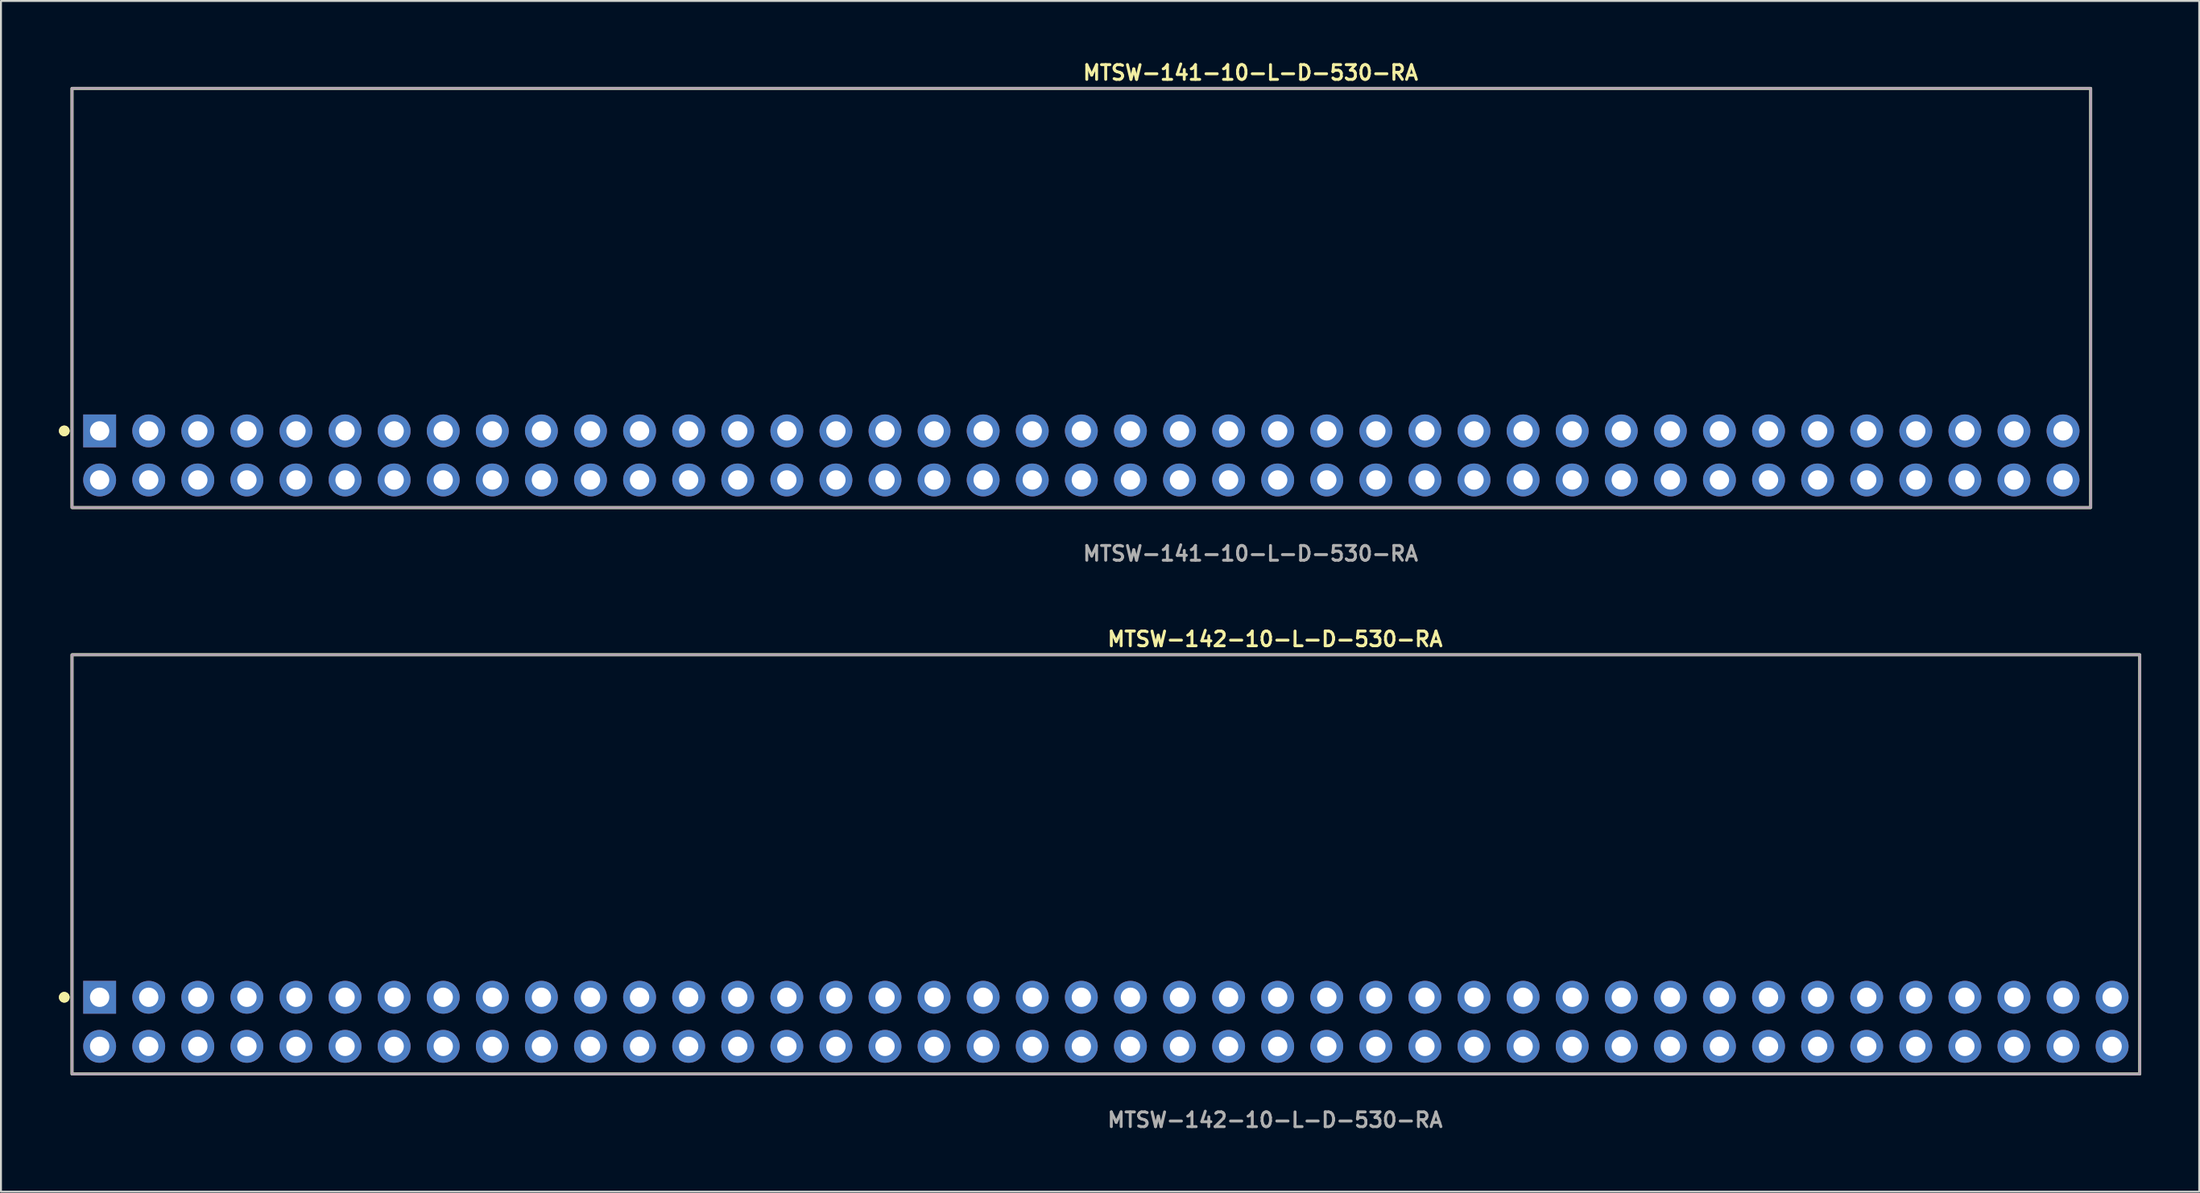
<source format=kicad_pcb>
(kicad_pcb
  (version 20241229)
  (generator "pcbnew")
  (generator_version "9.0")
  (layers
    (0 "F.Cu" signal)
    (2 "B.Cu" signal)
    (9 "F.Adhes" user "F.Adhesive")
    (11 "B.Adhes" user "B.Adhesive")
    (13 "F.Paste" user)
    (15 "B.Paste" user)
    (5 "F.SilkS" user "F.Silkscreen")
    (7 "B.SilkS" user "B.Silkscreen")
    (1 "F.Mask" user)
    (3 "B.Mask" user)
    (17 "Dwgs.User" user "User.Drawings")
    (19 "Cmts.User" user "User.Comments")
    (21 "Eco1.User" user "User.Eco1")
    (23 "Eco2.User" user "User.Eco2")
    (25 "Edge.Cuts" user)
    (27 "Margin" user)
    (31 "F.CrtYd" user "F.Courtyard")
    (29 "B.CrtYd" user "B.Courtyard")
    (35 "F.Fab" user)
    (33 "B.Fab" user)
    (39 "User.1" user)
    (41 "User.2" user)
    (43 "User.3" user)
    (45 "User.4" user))
  (footprint "MTSW-141-10-L-D-530-RA"
    (layer "F.Cu")
    (at 52.906 20.525)
    (property "Reference" "MTSW-141-10-L-D-530-RA" (at 0 -19.812 0) (unlocked yes) (layer "F.SilkS") (effects (font (size 0.762 0.762) (thickness 0.152)) (justify left)))
    (fp_rect (start -52.23 2.7) (end 52.23 -19) (stroke (width 0.152) (type solid)) (fill no) (layer "F.SilkS"))
    (fp_circle (center -52.63 -1.27) (end -52.83 -1.27) (stroke (width 0.152) (type solid)) (fill yes) (layer "F.SilkS"))
    (fp_circle (center -52.63 -1.27) (end -52.83 -1.27) (stroke (width 0.152) (type solid)) (fill yes) (layer "F.SilkS"))
    (fp_rect (start -52.23 2.7) (end 52.23 -19) (stroke (width 0.006) (type solid)) (fill no) (layer "F.CrtYd"))
    (fp_rect (start -52.23 2.7) (end 52.23 -19) (stroke (width 0.152) (type solid)) (fill no) (layer "F.Fab"))
    (fp_text user "${REFERENCE}" (at 0 5.08 0) (unlocked yes) (layer "F.Fab") (effects (font (size 0.762 0.762) (thickness 0.152)) (justify left)))
    (pad "1" thru_hole rect (at -50.8 -1.27) (size 1.7 1.7) (drill 1) (layers "*.Cu" "*.Mask"))
    (pad "2" thru_hole circle (at -50.8 1.27) (size 1.7 1.7) (drill 1) (layers "*.Cu" "*.Mask"))
    (pad "3" thru_hole circle (at -48.26 -1.27) (size 1.7 1.7) (drill 1) (layers "*.Cu" "*.Mask"))
    (pad "4" thru_hole circle (at -48.26 1.27) (size 1.7 1.7) (drill 1) (layers "*.Cu" "*.Mask"))
    (pad "5" thru_hole circle (at -45.72 -1.27) (size 1.7 1.7) (drill 1) (layers "*.Cu" "*.Mask"))
    (pad "6" thru_hole circle (at -45.72 1.27) (size 1.7 1.7) (drill 1) (layers "*.Cu" "*.Mask"))
    (pad "7" thru_hole circle (at -43.18 -1.27) (size 1.7 1.7) (drill 1) (layers "*.Cu" "*.Mask"))
    (pad "8" thru_hole circle (at -43.18 1.27) (size 1.7 1.7) (drill 1) (layers "*.Cu" "*.Mask"))
    (pad "9" thru_hole circle (at -40.64 -1.27) (size 1.7 1.7) (drill 1) (layers "*.Cu" "*.Mask"))
    (pad "10" thru_hole circle (at -40.64 1.27) (size 1.7 1.7) (drill 1) (layers "*.Cu" "*.Mask"))
    (pad "11" thru_hole circle (at -38.1 -1.27) (size 1.7 1.7) (drill 1) (layers "*.Cu" "*.Mask"))
    (pad "12" thru_hole circle (at -38.1 1.27) (size 1.7 1.7) (drill 1) (layers "*.Cu" "*.Mask"))
    (pad "13" thru_hole circle (at -35.56 -1.27) (size 1.7 1.7) (drill 1) (layers "*.Cu" "*.Mask"))
    (pad "14" thru_hole circle (at -35.56 1.27) (size 1.7 1.7) (drill 1) (layers "*.Cu" "*.Mask"))
    (pad "15" thru_hole circle (at -33.02 -1.27) (size 1.7 1.7) (drill 1) (layers "*.Cu" "*.Mask"))
    (pad "16" thru_hole circle (at -33.02 1.27) (size 1.7 1.7) (drill 1) (layers "*.Cu" "*.Mask"))
    (pad "17" thru_hole circle (at -30.48 -1.27) (size 1.7 1.7) (drill 1) (layers "*.Cu" "*.Mask"))
    (pad "18" thru_hole circle (at -30.48 1.27) (size 1.7 1.7) (drill 1) (layers "*.Cu" "*.Mask"))
    (pad "19" thru_hole circle (at -27.94 -1.27) (size 1.7 1.7) (drill 1) (layers "*.Cu" "*.Mask"))
    (pad "20" thru_hole circle (at -27.94 1.27) (size 1.7 1.7) (drill 1) (layers "*.Cu" "*.Mask"))
    (pad "21" thru_hole circle (at -25.4 -1.27) (size 1.7 1.7) (drill 1) (layers "*.Cu" "*.Mask"))
    (pad "22" thru_hole circle (at -25.4 1.27) (size 1.7 1.7) (drill 1) (layers "*.Cu" "*.Mask"))
    (pad "23" thru_hole circle (at -22.86 -1.27) (size 1.7 1.7) (drill 1) (layers "*.Cu" "*.Mask"))
    (pad "24" thru_hole circle (at -22.86 1.27) (size 1.7 1.7) (drill 1) (layers "*.Cu" "*.Mask"))
    (pad "25" thru_hole circle (at -20.32 -1.27) (size 1.7 1.7) (drill 1) (layers "*.Cu" "*.Mask"))
    (pad "26" thru_hole circle (at -20.32 1.27) (size 1.7 1.7) (drill 1) (layers "*.Cu" "*.Mask"))
    (pad "27" thru_hole circle (at -17.78 -1.27) (size 1.7 1.7) (drill 1) (layers "*.Cu" "*.Mask"))
    (pad "28" thru_hole circle (at -17.78 1.27) (size 1.7 1.7) (drill 1) (layers "*.Cu" "*.Mask"))
    (pad "29" thru_hole circle (at -15.24 -1.27) (size 1.7 1.7) (drill 1) (layers "*.Cu" "*.Mask"))
    (pad "30" thru_hole circle (at -15.24 1.27) (size 1.7 1.7) (drill 1) (layers "*.Cu" "*.Mask"))
    (pad "31" thru_hole circle (at -12.7 -1.27) (size 1.7 1.7) (drill 1) (layers "*.Cu" "*.Mask"))
    (pad "32" thru_hole circle (at -12.7 1.27) (size 1.7 1.7) (drill 1) (layers "*.Cu" "*.Mask"))
    (pad "33" thru_hole circle (at -10.16 -1.27) (size 1.7 1.7) (drill 1) (layers "*.Cu" "*.Mask"))
    (pad "34" thru_hole circle (at -10.16 1.27) (size 1.7 1.7) (drill 1) (layers "*.Cu" "*.Mask"))
    (pad "35" thru_hole circle (at -7.62 -1.27) (size 1.7 1.7) (drill 1) (layers "*.Cu" "*.Mask"))
    (pad "36" thru_hole circle (at -7.62 1.27) (size 1.7 1.7) (drill 1) (layers "*.Cu" "*.Mask"))
    (pad "37" thru_hole circle (at -5.08 -1.27) (size 1.7 1.7) (drill 1) (layers "*.Cu" "*.Mask"))
    (pad "38" thru_hole circle (at -5.08 1.27) (size 1.7 1.7) (drill 1) (layers "*.Cu" "*.Mask"))
    (pad "39" thru_hole circle (at -2.54 -1.27) (size 1.7 1.7) (drill 1) (layers "*.Cu" "*.Mask"))
    (pad "40" thru_hole circle (at -2.54 1.27) (size 1.7 1.7) (drill 1) (layers "*.Cu" "*.Mask"))
    (pad "41" thru_hole circle (at 0 -1.27) (size 1.7 1.7) (drill 1) (layers "*.Cu" "*.Mask"))
    (pad "42" thru_hole circle (at 0 1.27) (size 1.7 1.7) (drill 1) (layers "*.Cu" "*.Mask"))
    (pad "43" thru_hole circle (at 2.54 -1.27) (size 1.7 1.7) (drill 1) (layers "*.Cu" "*.Mask"))
    (pad "44" thru_hole circle (at 2.54 1.27) (size 1.7 1.7) (drill 1) (layers "*.Cu" "*.Mask"))
    (pad "45" thru_hole circle (at 5.08 -1.27) (size 1.7 1.7) (drill 1) (layers "*.Cu" "*.Mask"))
    (pad "46" thru_hole circle (at 5.08 1.27) (size 1.7 1.7) (drill 1) (layers "*.Cu" "*.Mask"))
    (pad "47" thru_hole circle (at 7.62 -1.27) (size 1.7 1.7) (drill 1) (layers "*.Cu" "*.Mask"))
    (pad "48" thru_hole circle (at 7.62 1.27) (size 1.7 1.7) (drill 1) (layers "*.Cu" "*.Mask"))
    (pad "49" thru_hole circle (at 10.16 -1.27) (size 1.7 1.7) (drill 1) (layers "*.Cu" "*.Mask"))
    (pad "50" thru_hole circle (at 10.16 1.27) (size 1.7 1.7) (drill 1) (layers "*.Cu" "*.Mask"))
    (pad "51" thru_hole circle (at 12.7 -1.27) (size 1.7 1.7) (drill 1) (layers "*.Cu" "*.Mask"))
    (pad "52" thru_hole circle (at 12.7 1.27) (size 1.7 1.7) (drill 1) (layers "*.Cu" "*.Mask"))
    (pad "53" thru_hole circle (at 15.24 -1.27) (size 1.7 1.7) (drill 1) (layers "*.Cu" "*.Mask"))
    (pad "54" thru_hole circle (at 15.24 1.27) (size 1.7 1.7) (drill 1) (layers "*.Cu" "*.Mask"))
    (pad "55" thru_hole circle (at 17.78 -1.27) (size 1.7 1.7) (drill 1) (layers "*.Cu" "*.Mask"))
    (pad "56" thru_hole circle (at 17.78 1.27) (size 1.7 1.7) (drill 1) (layers "*.Cu" "*.Mask"))
    (pad "57" thru_hole circle (at 20.32 -1.27) (size 1.7 1.7) (drill 1) (layers "*.Cu" "*.Mask"))
    (pad "58" thru_hole circle (at 20.32 1.27) (size 1.7 1.7) (drill 1) (layers "*.Cu" "*.Mask"))
    (pad "59" thru_hole circle (at 22.86 -1.27) (size 1.7 1.7) (drill 1) (layers "*.Cu" "*.Mask"))
    (pad "60" thru_hole circle (at 22.86 1.27) (size 1.7 1.7) (drill 1) (layers "*.Cu" "*.Mask"))
    (pad "61" thru_hole circle (at 25.4 -1.27) (size 1.7 1.7) (drill 1) (layers "*.Cu" "*.Mask"))
    (pad "62" thru_hole circle (at 25.4 1.27) (size 1.7 1.7) (drill 1) (layers "*.Cu" "*.Mask"))
    (pad "63" thru_hole circle (at 27.94 -1.27) (size 1.7 1.7) (drill 1) (layers "*.Cu" "*.Mask"))
    (pad "64" thru_hole circle (at 27.94 1.27) (size 1.7 1.7) (drill 1) (layers "*.Cu" "*.Mask"))
    (pad "65" thru_hole circle (at 30.48 -1.27) (size 1.7 1.7) (drill 1) (layers "*.Cu" "*.Mask"))
    (pad "66" thru_hole circle (at 30.48 1.27) (size 1.7 1.7) (drill 1) (layers "*.Cu" "*.Mask"))
    (pad "67" thru_hole circle (at 33.02 -1.27) (size 1.7 1.7) (drill 1) (layers "*.Cu" "*.Mask"))
    (pad "68" thru_hole circle (at 33.02 1.27) (size 1.7 1.7) (drill 1) (layers "*.Cu" "*.Mask"))
    (pad "69" thru_hole circle (at 35.56 -1.27) (size 1.7 1.7) (drill 1) (layers "*.Cu" "*.Mask"))
    (pad "70" thru_hole circle (at 35.56 1.27) (size 1.7 1.7) (drill 1) (layers "*.Cu" "*.Mask"))
    (pad "71" thru_hole circle (at 38.1 -1.27) (size 1.7 1.7) (drill 1) (layers "*.Cu" "*.Mask"))
    (pad "72" thru_hole circle (at 38.1 1.27) (size 1.7 1.7) (drill 1) (layers "*.Cu" "*.Mask"))
    (pad "73" thru_hole circle (at 40.64 -1.27) (size 1.7 1.7) (drill 1) (layers "*.Cu" "*.Mask"))
    (pad "74" thru_hole circle (at 40.64 1.27) (size 1.7 1.7) (drill 1) (layers "*.Cu" "*.Mask"))
    (pad "75" thru_hole circle (at 43.18 -1.27) (size 1.7 1.7) (drill 1) (layers "*.Cu" "*.Mask"))
    (pad "76" thru_hole circle (at 43.18 1.27) (size 1.7 1.7) (drill 1) (layers "*.Cu" "*.Mask"))
    (pad "77" thru_hole circle (at 45.72 -1.27) (size 1.7 1.7) (drill 1) (layers "*.Cu" "*.Mask"))
    (pad "78" thru_hole circle (at 45.72 1.27) (size 1.7 1.7) (drill 1) (layers "*.Cu" "*.Mask"))
    (pad "79" thru_hole circle (at 48.26 -1.27) (size 1.7 1.7) (drill 1) (layers "*.Cu" "*.Mask"))
    (pad "80" thru_hole circle (at 48.26 1.27) (size 1.7 1.7) (drill 1) (layers "*.Cu" "*.Mask"))
    (pad "81" thru_hole circle (at 50.8 -1.27) (size 1.7 1.7) (drill 1) (layers "*.Cu" "*.Mask"))
    (pad "82" thru_hole circle (at 50.8 1.27) (size 1.7 1.7) (drill 1) (layers "*.Cu" "*.Mask")))
  (footprint "MTSW-142-10-L-D-530-RA"
    (layer "F.Cu")
    (at 54.176 49.844)
    (property "Reference" "MTSW-142-10-L-D-530-RA" (at 0 -19.812 0) (unlocked yes) (layer "F.SilkS") (effects (font (size 0.762 0.762) (thickness 0.152)) (justify left)))
    (fp_rect (start -53.5 2.7) (end 53.5 -19) (stroke (width 0.152) (type solid)) (fill no) (layer "F.SilkS"))
    (fp_circle (center -53.9 -1.27) (end -54.1 -1.27) (stroke (width 0.152) (type solid)) (fill yes) (layer "F.SilkS"))
    (fp_circle (center -53.9 -1.27) (end -54.1 -1.27) (stroke (width 0.152) (type solid)) (fill yes) (layer "F.SilkS"))
    (fp_rect (start -53.5 2.7) (end 53.5 -19) (stroke (width 0.006) (type solid)) (fill no) (layer "F.CrtYd"))
    (fp_rect (start -53.5 2.7) (end 53.5 -19) (stroke (width 0.152) (type solid)) (fill no) (layer "F.Fab"))
    (fp_text user "${REFERENCE}" (at 0 5.08 0) (unlocked yes) (layer "F.Fab") (effects (font (size 0.762 0.762) (thickness 0.152)) (justify left)))
    (pad "1" thru_hole rect (at -52.07 -1.27) (size 1.7 1.7) (drill 1) (layers "*.Cu" "*.Mask"))
    (pad "2" thru_hole circle (at -52.07 1.27) (size 1.7 1.7) (drill 1) (layers "*.Cu" "*.Mask"))
    (pad "3" thru_hole circle (at -49.53 -1.27) (size 1.7 1.7) (drill 1) (layers "*.Cu" "*.Mask"))
    (pad "4" thru_hole circle (at -49.53 1.27) (size 1.7 1.7) (drill 1) (layers "*.Cu" "*.Mask"))
    (pad "5" thru_hole circle (at -46.99 -1.27) (size 1.7 1.7) (drill 1) (layers "*.Cu" "*.Mask"))
    (pad "6" thru_hole circle (at -46.99 1.27) (size 1.7 1.7) (drill 1) (layers "*.Cu" "*.Mask"))
    (pad "7" thru_hole circle (at -44.45 -1.27) (size 1.7 1.7) (drill 1) (layers "*.Cu" "*.Mask"))
    (pad "8" thru_hole circle (at -44.45 1.27) (size 1.7 1.7) (drill 1) (layers "*.Cu" "*.Mask"))
    (pad "9" thru_hole circle (at -41.91 -1.27) (size 1.7 1.7) (drill 1) (layers "*.Cu" "*.Mask"))
    (pad "10" thru_hole circle (at -41.91 1.27) (size 1.7 1.7) (drill 1) (layers "*.Cu" "*.Mask"))
    (pad "11" thru_hole circle (at -39.37 -1.27) (size 1.7 1.7) (drill 1) (layers "*.Cu" "*.Mask"))
    (pad "12" thru_hole circle (at -39.37 1.27) (size 1.7 1.7) (drill 1) (layers "*.Cu" "*.Mask"))
    (pad "13" thru_hole circle (at -36.83 -1.27) (size 1.7 1.7) (drill 1) (layers "*.Cu" "*.Mask"))
    (pad "14" thru_hole circle (at -36.83 1.27) (size 1.7 1.7) (drill 1) (layers "*.Cu" "*.Mask"))
    (pad "15" thru_hole circle (at -34.29 -1.27) (size 1.7 1.7) (drill 1) (layers "*.Cu" "*.Mask"))
    (pad "16" thru_hole circle (at -34.29 1.27) (size 1.7 1.7) (drill 1) (layers "*.Cu" "*.Mask"))
    (pad "17" thru_hole circle (at -31.75 -1.27) (size 1.7 1.7) (drill 1) (layers "*.Cu" "*.Mask"))
    (pad "18" thru_hole circle (at -31.75 1.27) (size 1.7 1.7) (drill 1) (layers "*.Cu" "*.Mask"))
    (pad "19" thru_hole circle (at -29.21 -1.27) (size 1.7 1.7) (drill 1) (layers "*.Cu" "*.Mask"))
    (pad "20" thru_hole circle (at -29.21 1.27) (size 1.7 1.7) (drill 1) (layers "*.Cu" "*.Mask"))
    (pad "21" thru_hole circle (at -26.67 -1.27) (size 1.7 1.7) (drill 1) (layers "*.Cu" "*.Mask"))
    (pad "22" thru_hole circle (at -26.67 1.27) (size 1.7 1.7) (drill 1) (layers "*.Cu" "*.Mask"))
    (pad "23" thru_hole circle (at -24.13 -1.27) (size 1.7 1.7) (drill 1) (layers "*.Cu" "*.Mask"))
    (pad "24" thru_hole circle (at -24.13 1.27) (size 1.7 1.7) (drill 1) (layers "*.Cu" "*.Mask"))
    (pad "25" thru_hole circle (at -21.59 -1.27) (size 1.7 1.7) (drill 1) (layers "*.Cu" "*.Mask"))
    (pad "26" thru_hole circle (at -21.59 1.27) (size 1.7 1.7) (drill 1) (layers "*.Cu" "*.Mask"))
    (pad "27" thru_hole circle (at -19.05 -1.27) (size 1.7 1.7) (drill 1) (layers "*.Cu" "*.Mask"))
    (pad "28" thru_hole circle (at -19.05 1.27) (size 1.7 1.7) (drill 1) (layers "*.Cu" "*.Mask"))
    (pad "29" thru_hole circle (at -16.51 -1.27) (size 1.7 1.7) (drill 1) (layers "*.Cu" "*.Mask"))
    (pad "30" thru_hole circle (at -16.51 1.27) (size 1.7 1.7) (drill 1) (layers "*.Cu" "*.Mask"))
    (pad "31" thru_hole circle (at -13.97 -1.27) (size 1.7 1.7) (drill 1) (layers "*.Cu" "*.Mask"))
    (pad "32" thru_hole circle (at -13.97 1.27) (size 1.7 1.7) (drill 1) (layers "*.Cu" "*.Mask"))
    (pad "33" thru_hole circle (at -11.43 -1.27) (size 1.7 1.7) (drill 1) (layers "*.Cu" "*.Mask"))
    (pad "34" thru_hole circle (at -11.43 1.27) (size 1.7 1.7) (drill 1) (layers "*.Cu" "*.Mask"))
    (pad "35" thru_hole circle (at -8.89 -1.27) (size 1.7 1.7) (drill 1) (layers "*.Cu" "*.Mask"))
    (pad "36" thru_hole circle (at -8.89 1.27) (size 1.7 1.7) (drill 1) (layers "*.Cu" "*.Mask"))
    (pad "37" thru_hole circle (at -6.35 -1.27) (size 1.7 1.7) (drill 1) (layers "*.Cu" "*.Mask"))
    (pad "38" thru_hole circle (at -6.35 1.27) (size 1.7 1.7) (drill 1) (layers "*.Cu" "*.Mask"))
    (pad "39" thru_hole circle (at -3.81 -1.27) (size 1.7 1.7) (drill 1) (layers "*.Cu" "*.Mask"))
    (pad "40" thru_hole circle (at -3.81 1.27) (size 1.7 1.7) (drill 1) (layers "*.Cu" "*.Mask"))
    (pad "41" thru_hole circle (at -1.27 -1.27) (size 1.7 1.7) (drill 1) (layers "*.Cu" "*.Mask"))
    (pad "42" thru_hole circle (at -1.27 1.27) (size 1.7 1.7) (drill 1) (layers "*.Cu" "*.Mask"))
    (pad "43" thru_hole circle (at 1.27 -1.27) (size 1.7 1.7) (drill 1) (layers "*.Cu" "*.Mask"))
    (pad "44" thru_hole circle (at 1.27 1.27) (size 1.7 1.7) (drill 1) (layers "*.Cu" "*.Mask"))
    (pad "45" thru_hole circle (at 3.81 -1.27) (size 1.7 1.7) (drill 1) (layers "*.Cu" "*.Mask"))
    (pad "46" thru_hole circle (at 3.81 1.27) (size 1.7 1.7) (drill 1) (layers "*.Cu" "*.Mask"))
    (pad "47" thru_hole circle (at 6.35 -1.27) (size 1.7 1.7) (drill 1) (layers "*.Cu" "*.Mask"))
    (pad "48" thru_hole circle (at 6.35 1.27) (size 1.7 1.7) (drill 1) (layers "*.Cu" "*.Mask"))
    (pad "49" thru_hole circle (at 8.89 -1.27) (size 1.7 1.7) (drill 1) (layers "*.Cu" "*.Mask"))
    (pad "50" thru_hole circle (at 8.89 1.27) (size 1.7 1.7) (drill 1) (layers "*.Cu" "*.Mask"))
    (pad "51" thru_hole circle (at 11.43 -1.27) (size 1.7 1.7) (drill 1) (layers "*.Cu" "*.Mask"))
    (pad "52" thru_hole circle (at 11.43 1.27) (size 1.7 1.7) (drill 1) (layers "*.Cu" "*.Mask"))
    (pad "53" thru_hole circle (at 13.97 -1.27) (size 1.7 1.7) (drill 1) (layers "*.Cu" "*.Mask"))
    (pad "54" thru_hole circle (at 13.97 1.27) (size 1.7 1.7) (drill 1) (layers "*.Cu" "*.Mask"))
    (pad "55" thru_hole circle (at 16.51 -1.27) (size 1.7 1.7) (drill 1) (layers "*.Cu" "*.Mask"))
    (pad "56" thru_hole circle (at 16.51 1.27) (size 1.7 1.7) (drill 1) (layers "*.Cu" "*.Mask"))
    (pad "57" thru_hole circle (at 19.05 -1.27) (size 1.7 1.7) (drill 1) (layers "*.Cu" "*.Mask"))
    (pad "58" thru_hole circle (at 19.05 1.27) (size 1.7 1.7) (drill 1) (layers "*.Cu" "*.Mask"))
    (pad "59" thru_hole circle (at 21.59 -1.27) (size 1.7 1.7) (drill 1) (layers "*.Cu" "*.Mask"))
    (pad "60" thru_hole circle (at 21.59 1.27) (size 1.7 1.7) (drill 1) (layers "*.Cu" "*.Mask"))
    (pad "61" thru_hole circle (at 24.13 -1.27) (size 1.7 1.7) (drill 1) (layers "*.Cu" "*.Mask"))
    (pad "62" thru_hole circle (at 24.13 1.27) (size 1.7 1.7) (drill 1) (layers "*.Cu" "*.Mask"))
    (pad "63" thru_hole circle (at 26.67 -1.27) (size 1.7 1.7) (drill 1) (layers "*.Cu" "*.Mask"))
    (pad "64" thru_hole circle (at 26.67 1.27) (size 1.7 1.7) (drill 1) (layers "*.Cu" "*.Mask"))
    (pad "65" thru_hole circle (at 29.21 -1.27) (size 1.7 1.7) (drill 1) (layers "*.Cu" "*.Mask"))
    (pad "66" thru_hole circle (at 29.21 1.27) (size 1.7 1.7) (drill 1) (layers "*.Cu" "*.Mask"))
    (pad "67" thru_hole circle (at 31.75 -1.27) (size 1.7 1.7) (drill 1) (layers "*.Cu" "*.Mask"))
    (pad "68" thru_hole circle (at 31.75 1.27) (size 1.7 1.7) (drill 1) (layers "*.Cu" "*.Mask"))
    (pad "69" thru_hole circle (at 34.29 -1.27) (size 1.7 1.7) (drill 1) (layers "*.Cu" "*.Mask"))
    (pad "70" thru_hole circle (at 34.29 1.27) (size 1.7 1.7) (drill 1) (layers "*.Cu" "*.Mask"))
    (pad "71" thru_hole circle (at 36.83 -1.27) (size 1.7 1.7) (drill 1) (layers "*.Cu" "*.Mask"))
    (pad "72" thru_hole circle (at 36.83 1.27) (size 1.7 1.7) (drill 1) (layers "*.Cu" "*.Mask"))
    (pad "73" thru_hole circle (at 39.37 -1.27) (size 1.7 1.7) (drill 1) (layers "*.Cu" "*.Mask"))
    (pad "74" thru_hole circle (at 39.37 1.27) (size 1.7 1.7) (drill 1) (layers "*.Cu" "*.Mask"))
    (pad "75" thru_hole circle (at 41.91 -1.27) (size 1.7 1.7) (drill 1) (layers "*.Cu" "*.Mask"))
    (pad "76" thru_hole circle (at 41.91 1.27) (size 1.7 1.7) (drill 1) (layers "*.Cu" "*.Mask"))
    (pad "77" thru_hole circle (at 44.45 -1.27) (size 1.7 1.7) (drill 1) (layers "*.Cu" "*.Mask"))
    (pad "78" thru_hole circle (at 44.45 1.27) (size 1.7 1.7) (drill 1) (layers "*.Cu" "*.Mask"))
    (pad "79" thru_hole circle (at 46.99 -1.27) (size 1.7 1.7) (drill 1) (layers "*.Cu" "*.Mask"))
    (pad "80" thru_hole circle (at 46.99 1.27) (size 1.7 1.7) (drill 1) (layers "*.Cu" "*.Mask"))
    (pad "81" thru_hole circle (at 49.53 -1.27) (size 1.7 1.7) (drill 1) (layers "*.Cu" "*.Mask"))
    (pad "82" thru_hole circle (at 49.53 1.27) (size 1.7 1.7) (drill 1) (layers "*.Cu" "*.Mask"))
    (pad "83" thru_hole circle (at 52.07 -1.27) (size 1.7 1.7) (drill 1) (layers "*.Cu" "*.Mask"))
    (pad "84" thru_hole circle (at 52.07 1.27) (size 1.7 1.7) (drill 1) (layers "*.Cu" "*.Mask")))
  (gr_rect
    (start -3 -3)
    (end 110.752 58.637)
    (stroke (width 0.1) (type default))
    (fill no)
    (layer "Edge.Cuts")))
</source>
